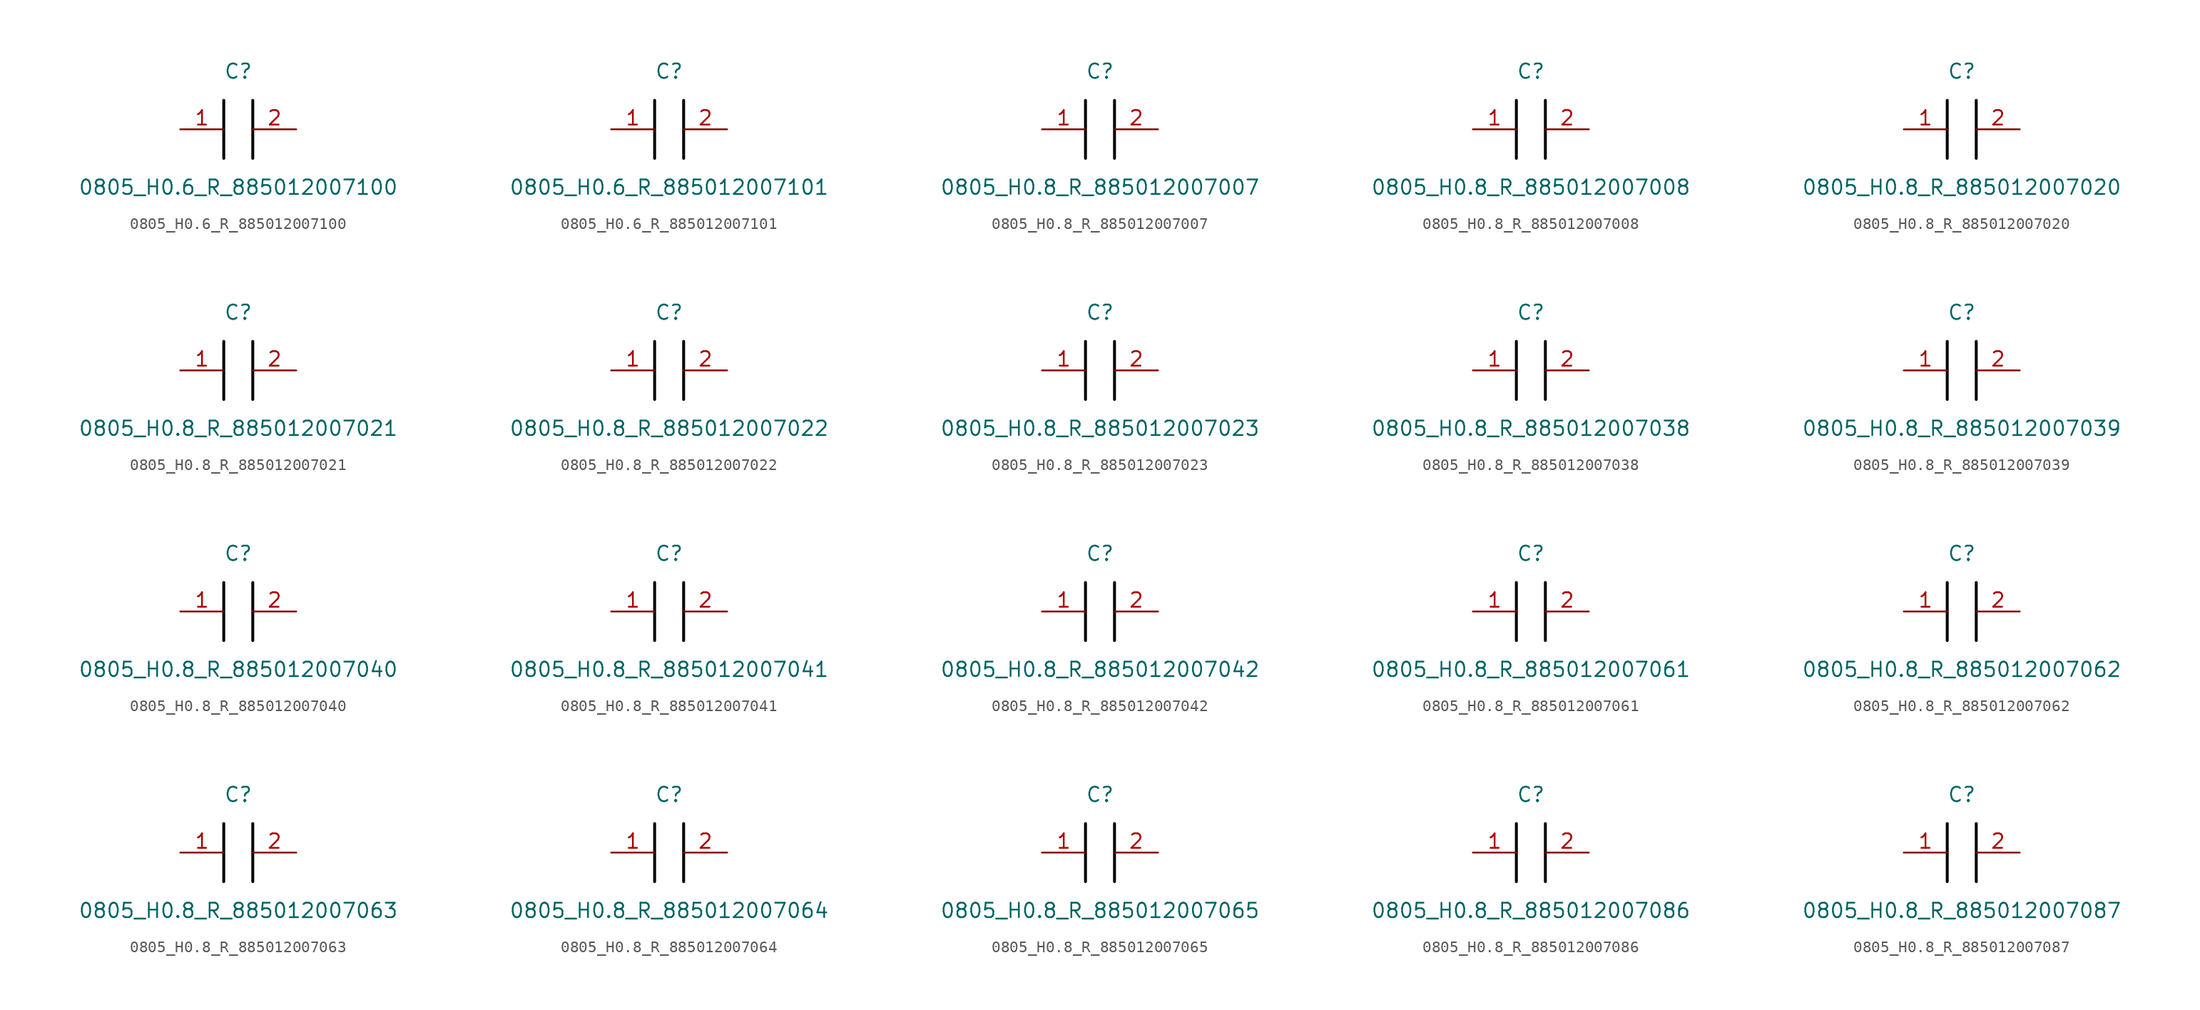
<source format=kicad_sym>
(kicad_symbol_lib
  (version 20220914)
  (generator kicad_symbol_editor)
  (symbol "0805_H0.6_R_885012007100"
    (pin_names hide)
    (property "Reference" "C"
      (at 0 5.08 0)
      (effects (font (size 1.27 1.27))))
    (property "Value" "0805_H0.6_R_885012007100"
      (at 0 -5.08 0)
      (effects (font (size 1.27 1.27))))
    (symbol "0805_H0.6_R_885012007100_1_1"
      (polyline (pts (xy -1.27 2.54) (xy -1.27 -2.54)) (stroke (width 0.254) (type default) (color 0 0 0 1)) (fill (type none)))
      (polyline (pts (xy 1.27 2.54) (xy 1.27 -2.54)) (stroke (width 0.254) (type default) (color 0 0 0 1)) (fill (type none)))
      (pin passive line (at -5.08 0 0) (length 3.81) (name "1" (effects (font (size 1.27 1.27)))) (number "1" (effects (font (size 1.27 1.27)))))
      (pin passive line (at 5.08 0 180) (length 3.81) (name "2" (effects (font (size 1.27 1.27)))) (number "2" (effects (font (size 1.27 1.27)))))))
  (symbol "0805_H0.6_R_885012007101"
    (pin_names hide)
    (property "Reference" "C"
      (at 0 5.08 0)
      (effects (font (size 1.27 1.27))))
    (property "Value" "0805_H0.6_R_885012007101"
      (at 0 -5.08 0)
      (effects (font (size 1.27 1.27))))
    (symbol "0805_H0.6_R_885012007101_1_1"
      (polyline (pts (xy -1.27 2.54) (xy -1.27 -2.54)) (stroke (width 0.254) (type default) (color 0 0 0 1)) (fill (type none)))
      (polyline (pts (xy 1.27 2.54) (xy 1.27 -2.54)) (stroke (width 0.254) (type default) (color 0 0 0 1)) (fill (type none)))
      (pin passive line (at -5.08 0 0) (length 3.81) (name "1" (effects (font (size 1.27 1.27)))) (number "1" (effects (font (size 1.27 1.27)))))
      (pin passive line (at 5.08 0 180) (length 3.81) (name "2" (effects (font (size 1.27 1.27)))) (number "2" (effects (font (size 1.27 1.27)))))))
  (symbol "0805_H0.8_R_885012007007"
    (pin_names hide)
    (property "Reference" "C"
      (at 0 5.08 0)
      (effects (font (size 1.27 1.27))))
    (property "Value" "0805_H0.8_R_885012007007"
      (at 0 -5.08 0)
      (effects (font (size 1.27 1.27))))
    (symbol "0805_H0.8_R_885012007007_1_1"
      (polyline (pts (xy -1.27 2.54) (xy -1.27 -2.54)) (stroke (width 0.254) (type default) (color 0 0 0 1)) (fill (type none)))
      (polyline (pts (xy 1.27 2.54) (xy 1.27 -2.54)) (stroke (width 0.254) (type default) (color 0 0 0 1)) (fill (type none)))
      (pin passive line (at -5.08 0 0) (length 3.81) (name "1" (effects (font (size 1.27 1.27)))) (number "1" (effects (font (size 1.27 1.27)))))
      (pin passive line (at 5.08 0 180) (length 3.81) (name "2" (effects (font (size 1.27 1.27)))) (number "2" (effects (font (size 1.27 1.27)))))))
  (symbol "0805_H0.8_R_885012007008"
    (pin_names hide)
    (property "Reference" "C"
      (at 0 5.08 0)
      (effects (font (size 1.27 1.27))))
    (property "Value" "0805_H0.8_R_885012007008"
      (at 0 -5.08 0)
      (effects (font (size 1.27 1.27))))
    (symbol "0805_H0.8_R_885012007008_1_1"
      (polyline (pts (xy -1.27 2.54) (xy -1.27 -2.54)) (stroke (width 0.254) (type default) (color 0 0 0 1)) (fill (type none)))
      (polyline (pts (xy 1.27 2.54) (xy 1.27 -2.54)) (stroke (width 0.254) (type default) (color 0 0 0 1)) (fill (type none)))
      (pin passive line (at -5.08 0 0) (length 3.81) (name "1" (effects (font (size 1.27 1.27)))) (number "1" (effects (font (size 1.27 1.27)))))
      (pin passive line (at 5.08 0 180) (length 3.81) (name "2" (effects (font (size 1.27 1.27)))) (number "2" (effects (font (size 1.27 1.27)))))))
  (symbol "0805_H0.8_R_885012007020"
    (pin_names hide)
    (property "Reference" "C"
      (at 0 5.08 0)
      (effects (font (size 1.27 1.27))))
    (property "Value" "0805_H0.8_R_885012007020"
      (at 0 -5.08 0)
      (effects (font (size 1.27 1.27))))
    (symbol "0805_H0.8_R_885012007020_1_1"
      (polyline (pts (xy -1.27 2.54) (xy -1.27 -2.54)) (stroke (width 0.254) (type default) (color 0 0 0 1)) (fill (type none)))
      (polyline (pts (xy 1.27 2.54) (xy 1.27 -2.54)) (stroke (width 0.254) (type default) (color 0 0 0 1)) (fill (type none)))
      (pin passive line (at -5.08 0 0) (length 3.81) (name "1" (effects (font (size 1.27 1.27)))) (number "1" (effects (font (size 1.27 1.27)))))
      (pin passive line (at 5.08 0 180) (length 3.81) (name "2" (effects (font (size 1.27 1.27)))) (number "2" (effects (font (size 1.27 1.27)))))))
  (symbol "0805_H0.8_R_885012007021"
    (pin_names hide)
    (property "Reference" "C"
      (at 0 5.08 0)
      (effects (font (size 1.27 1.27))))
    (property "Value" "0805_H0.8_R_885012007021"
      (at 0 -5.08 0)
      (effects (font (size 1.27 1.27))))
    (symbol "0805_H0.8_R_885012007021_1_1"
      (polyline (pts (xy -1.27 2.54) (xy -1.27 -2.54)) (stroke (width 0.254) (type default) (color 0 0 0 1)) (fill (type none)))
      (polyline (pts (xy 1.27 2.54) (xy 1.27 -2.54)) (stroke (width 0.254) (type default) (color 0 0 0 1)) (fill (type none)))
      (pin passive line (at -5.08 0 0) (length 3.81) (name "1" (effects (font (size 1.27 1.27)))) (number "1" (effects (font (size 1.27 1.27)))))
      (pin passive line (at 5.08 0 180) (length 3.81) (name "2" (effects (font (size 1.27 1.27)))) (number "2" (effects (font (size 1.27 1.27)))))))
  (symbol "0805_H0.8_R_885012007022"
    (pin_names hide)
    (property "Reference" "C"
      (at 0 5.08 0)
      (effects (font (size 1.27 1.27))))
    (property "Value" "0805_H0.8_R_885012007022"
      (at 0 -5.08 0)
      (effects (font (size 1.27 1.27))))
    (symbol "0805_H0.8_R_885012007022_1_1"
      (polyline (pts (xy -1.27 2.54) (xy -1.27 -2.54)) (stroke (width 0.254) (type default) (color 0 0 0 1)) (fill (type none)))
      (polyline (pts (xy 1.27 2.54) (xy 1.27 -2.54)) (stroke (width 0.254) (type default) (color 0 0 0 1)) (fill (type none)))
      (pin passive line (at -5.08 0 0) (length 3.81) (name "1" (effects (font (size 1.27 1.27)))) (number "1" (effects (font (size 1.27 1.27)))))
      (pin passive line (at 5.08 0 180) (length 3.81) (name "2" (effects (font (size 1.27 1.27)))) (number "2" (effects (font (size 1.27 1.27)))))))
  (symbol "0805_H0.8_R_885012007023"
    (pin_names hide)
    (property "Reference" "C"
      (at 0 5.08 0)
      (effects (font (size 1.27 1.27))))
    (property "Value" "0805_H0.8_R_885012007023"
      (at 0 -5.08 0)
      (effects (font (size 1.27 1.27))))
    (symbol "0805_H0.8_R_885012007023_1_1"
      (polyline (pts (xy -1.27 2.54) (xy -1.27 -2.54)) (stroke (width 0.254) (type default) (color 0 0 0 1)) (fill (type none)))
      (polyline (pts (xy 1.27 2.54) (xy 1.27 -2.54)) (stroke (width 0.254) (type default) (color 0 0 0 1)) (fill (type none)))
      (pin passive line (at -5.08 0 0) (length 3.81) (name "1" (effects (font (size 1.27 1.27)))) (number "1" (effects (font (size 1.27 1.27)))))
      (pin passive line (at 5.08 0 180) (length 3.81) (name "2" (effects (font (size 1.27 1.27)))) (number "2" (effects (font (size 1.27 1.27)))))))
  (symbol "0805_H0.8_R_885012007038"
    (pin_names hide)
    (property "Reference" "C"
      (at 0 5.08 0)
      (effects (font (size 1.27 1.27))))
    (property "Value" "0805_H0.8_R_885012007038"
      (at 0 -5.08 0)
      (effects (font (size 1.27 1.27))))
    (symbol "0805_H0.8_R_885012007038_1_1"
      (polyline (pts (xy -1.27 2.54) (xy -1.27 -2.54)) (stroke (width 0.254) (type default) (color 0 0 0 1)) (fill (type none)))
      (polyline (pts (xy 1.27 2.54) (xy 1.27 -2.54)) (stroke (width 0.254) (type default) (color 0 0 0 1)) (fill (type none)))
      (pin passive line (at -5.08 0 0) (length 3.81) (name "1" (effects (font (size 1.27 1.27)))) (number "1" (effects (font (size 1.27 1.27)))))
      (pin passive line (at 5.08 0 180) (length 3.81) (name "2" (effects (font (size 1.27 1.27)))) (number "2" (effects (font (size 1.27 1.27)))))))
  (symbol "0805_H0.8_R_885012007039"
    (pin_names hide)
    (property "Reference" "C"
      (at 0 5.08 0)
      (effects (font (size 1.27 1.27))))
    (property "Value" "0805_H0.8_R_885012007039"
      (at 0 -5.08 0)
      (effects (font (size 1.27 1.27))))
    (symbol "0805_H0.8_R_885012007039_1_1"
      (polyline (pts (xy -1.27 2.54) (xy -1.27 -2.54)) (stroke (width 0.254) (type default) (color 0 0 0 1)) (fill (type none)))
      (polyline (pts (xy 1.27 2.54) (xy 1.27 -2.54)) (stroke (width 0.254) (type default) (color 0 0 0 1)) (fill (type none)))
      (pin passive line (at -5.08 0 0) (length 3.81) (name "1" (effects (font (size 1.27 1.27)))) (number "1" (effects (font (size 1.27 1.27)))))
      (pin passive line (at 5.08 0 180) (length 3.81) (name "2" (effects (font (size 1.27 1.27)))) (number "2" (effects (font (size 1.27 1.27)))))))
  (symbol "0805_H0.8_R_885012007040"
    (pin_names hide)
    (property "Reference" "C"
      (at 0 5.08 0)
      (effects (font (size 1.27 1.27))))
    (property "Value" "0805_H0.8_R_885012007040"
      (at 0 -5.08 0)
      (effects (font (size 1.27 1.27))))
    (symbol "0805_H0.8_R_885012007040_1_1"
      (polyline (pts (xy -1.27 2.54) (xy -1.27 -2.54)) (stroke (width 0.254) (type default) (color 0 0 0 1)) (fill (type none)))
      (polyline (pts (xy 1.27 2.54) (xy 1.27 -2.54)) (stroke (width 0.254) (type default) (color 0 0 0 1)) (fill (type none)))
      (pin passive line (at -5.08 0 0) (length 3.81) (name "1" (effects (font (size 1.27 1.27)))) (number "1" (effects (font (size 1.27 1.27)))))
      (pin passive line (at 5.08 0 180) (length 3.81) (name "2" (effects (font (size 1.27 1.27)))) (number "2" (effects (font (size 1.27 1.27)))))))
  (symbol "0805_H0.8_R_885012007041"
    (pin_names hide)
    (property "Reference" "C"
      (at 0 5.08 0)
      (effects (font (size 1.27 1.27))))
    (property "Value" "0805_H0.8_R_885012007041"
      (at 0 -5.08 0)
      (effects (font (size 1.27 1.27))))
    (symbol "0805_H0.8_R_885012007041_1_1"
      (polyline (pts (xy -1.27 2.54) (xy -1.27 -2.54)) (stroke (width 0.254) (type default) (color 0 0 0 1)) (fill (type none)))
      (polyline (pts (xy 1.27 2.54) (xy 1.27 -2.54)) (stroke (width 0.254) (type default) (color 0 0 0 1)) (fill (type none)))
      (pin passive line (at -5.08 0 0) (length 3.81) (name "1" (effects (font (size 1.27 1.27)))) (number "1" (effects (font (size 1.27 1.27)))))
      (pin passive line (at 5.08 0 180) (length 3.81) (name "2" (effects (font (size 1.27 1.27)))) (number "2" (effects (font (size 1.27 1.27)))))))
  (symbol "0805_H0.8_R_885012007042"
    (pin_names hide)
    (property "Reference" "C"
      (at 0 5.08 0)
      (effects (font (size 1.27 1.27))))
    (property "Value" "0805_H0.8_R_885012007042"
      (at 0 -5.08 0)
      (effects (font (size 1.27 1.27))))
    (symbol "0805_H0.8_R_885012007042_1_1"
      (polyline (pts (xy -1.27 2.54) (xy -1.27 -2.54)) (stroke (width 0.254) (type default) (color 0 0 0 1)) (fill (type none)))
      (polyline (pts (xy 1.27 2.54) (xy 1.27 -2.54)) (stroke (width 0.254) (type default) (color 0 0 0 1)) (fill (type none)))
      (pin passive line (at -5.08 0 0) (length 3.81) (name "1" (effects (font (size 1.27 1.27)))) (number "1" (effects (font (size 1.27 1.27)))))
      (pin passive line (at 5.08 0 180) (length 3.81) (name "2" (effects (font (size 1.27 1.27)))) (number "2" (effects (font (size 1.27 1.27)))))))
  (symbol "0805_H0.8_R_885012007061"
    (pin_names hide)
    (property "Reference" "C"
      (at 0 5.08 0)
      (effects (font (size 1.27 1.27))))
    (property "Value" "0805_H0.8_R_885012007061"
      (at 0 -5.08 0)
      (effects (font (size 1.27 1.27))))
    (symbol "0805_H0.8_R_885012007061_1_1"
      (polyline (pts (xy -1.27 2.54) (xy -1.27 -2.54)) (stroke (width 0.254) (type default) (color 0 0 0 1)) (fill (type none)))
      (polyline (pts (xy 1.27 2.54) (xy 1.27 -2.54)) (stroke (width 0.254) (type default) (color 0 0 0 1)) (fill (type none)))
      (pin passive line (at -5.08 0 0) (length 3.81) (name "1" (effects (font (size 1.27 1.27)))) (number "1" (effects (font (size 1.27 1.27)))))
      (pin passive line (at 5.08 0 180) (length 3.81) (name "2" (effects (font (size 1.27 1.27)))) (number "2" (effects (font (size 1.27 1.27)))))))
  (symbol "0805_H0.8_R_885012007062"
    (pin_names hide)
    (property "Reference" "C"
      (at 0 5.08 0)
      (effects (font (size 1.27 1.27))))
    (property "Value" "0805_H0.8_R_885012007062"
      (at 0 -5.08 0)
      (effects (font (size 1.27 1.27))))
    (symbol "0805_H0.8_R_885012007062_1_1"
      (polyline (pts (xy -1.27 2.54) (xy -1.27 -2.54)) (stroke (width 0.254) (type default) (color 0 0 0 1)) (fill (type none)))
      (polyline (pts (xy 1.27 2.54) (xy 1.27 -2.54)) (stroke (width 0.254) (type default) (color 0 0 0 1)) (fill (type none)))
      (pin passive line (at -5.08 0 0) (length 3.81) (name "1" (effects (font (size 1.27 1.27)))) (number "1" (effects (font (size 1.27 1.27)))))
      (pin passive line (at 5.08 0 180) (length 3.81) (name "2" (effects (font (size 1.27 1.27)))) (number "2" (effects (font (size 1.27 1.27)))))))
  (symbol "0805_H0.8_R_885012007063"
    (pin_names hide)
    (property "Reference" "C"
      (at 0 5.08 0)
      (effects (font (size 1.27 1.27))))
    (property "Value" "0805_H0.8_R_885012007063"
      (at 0 -5.08 0)
      (effects (font (size 1.27 1.27))))
    (symbol "0805_H0.8_R_885012007063_1_1"
      (polyline (pts (xy -1.27 2.54) (xy -1.27 -2.54)) (stroke (width 0.254) (type default) (color 0 0 0 1)) (fill (type none)))
      (polyline (pts (xy 1.27 2.54) (xy 1.27 -2.54)) (stroke (width 0.254) (type default) (color 0 0 0 1)) (fill (type none)))
      (pin passive line (at -5.08 0 0) (length 3.81) (name "1" (effects (font (size 1.27 1.27)))) (number "1" (effects (font (size 1.27 1.27)))))
      (pin passive line (at 5.08 0 180) (length 3.81) (name "2" (effects (font (size 1.27 1.27)))) (number "2" (effects (font (size 1.27 1.27)))))))
  (symbol "0805_H0.8_R_885012007064"
    (pin_names hide)
    (property "Reference" "C"
      (at 0 5.08 0)
      (effects (font (size 1.27 1.27))))
    (property "Value" "0805_H0.8_R_885012007064"
      (at 0 -5.08 0)
      (effects (font (size 1.27 1.27))))
    (symbol "0805_H0.8_R_885012007064_1_1"
      (polyline (pts (xy -1.27 2.54) (xy -1.27 -2.54)) (stroke (width 0.254) (type default) (color 0 0 0 1)) (fill (type none)))
      (polyline (pts (xy 1.27 2.54) (xy 1.27 -2.54)) (stroke (width 0.254) (type default) (color 0 0 0 1)) (fill (type none)))
      (pin passive line (at -5.08 0 0) (length 3.81) (name "1" (effects (font (size 1.27 1.27)))) (number "1" (effects (font (size 1.27 1.27)))))
      (pin passive line (at 5.08 0 180) (length 3.81) (name "2" (effects (font (size 1.27 1.27)))) (number "2" (effects (font (size 1.27 1.27)))))))
  (symbol "0805_H0.8_R_885012007065"
    (pin_names hide)
    (property "Reference" "C"
      (at 0 5.08 0)
      (effects (font (size 1.27 1.27))))
    (property "Value" "0805_H0.8_R_885012007065"
      (at 0 -5.08 0)
      (effects (font (size 1.27 1.27))))
    (symbol "0805_H0.8_R_885012007065_1_1"
      (polyline (pts (xy -1.27 2.54) (xy -1.27 -2.54)) (stroke (width 0.254) (type default) (color 0 0 0 1)) (fill (type none)))
      (polyline (pts (xy 1.27 2.54) (xy 1.27 -2.54)) (stroke (width 0.254) (type default) (color 0 0 0 1)) (fill (type none)))
      (pin passive line (at -5.08 0 0) (length 3.81) (name "1" (effects (font (size 1.27 1.27)))) (number "1" (effects (font (size 1.27 1.27)))))
      (pin passive line (at 5.08 0 180) (length 3.81) (name "2" (effects (font (size 1.27 1.27)))) (number "2" (effects (font (size 1.27 1.27)))))))
  (symbol "0805_H0.8_R_885012007086"
    (pin_names hide)
    (property "Reference" "C"
      (at 0 5.08 0)
      (effects (font (size 1.27 1.27))))
    (property "Value" "0805_H0.8_R_885012007086"
      (at 0 -5.08 0)
      (effects (font (size 1.27 1.27))))
    (symbol "0805_H0.8_R_885012007086_1_1"
      (polyline (pts (xy -1.27 2.54) (xy -1.27 -2.54)) (stroke (width 0.254) (type default) (color 0 0 0 1)) (fill (type none)))
      (polyline (pts (xy 1.27 2.54) (xy 1.27 -2.54)) (stroke (width 0.254) (type default) (color 0 0 0 1)) (fill (type none)))
      (pin passive line (at -5.08 0 0) (length 3.81) (name "1" (effects (font (size 1.27 1.27)))) (number "1" (effects (font (size 1.27 1.27)))))
      (pin passive line (at 5.08 0 180) (length 3.81) (name "2" (effects (font (size 1.27 1.27)))) (number "2" (effects (font (size 1.27 1.27)))))))
  (symbol "0805_H0.8_R_885012007087"
    (pin_names hide)
    (property "Reference" "C"
      (at 0 5.08 0)
      (effects (font (size 1.27 1.27))))
    (property "Value" "0805_H0.8_R_885012007087"
      (at 0 -5.08 0)
      (effects (font (size 1.27 1.27))))
    (symbol "0805_H0.8_R_885012007087_1_1"
      (polyline (pts (xy -1.27 2.54) (xy -1.27 -2.54)) (stroke (width 0.254) (type default) (color 0 0 0 1)) (fill (type none)))
      (polyline (pts (xy 1.27 2.54) (xy 1.27 -2.54)) (stroke (width 0.254) (type default) (color 0 0 0 1)) (fill (type none)))
      (pin passive line (at -5.08 0 0) (length 3.81) (name "1" (effects (font (size 1.27 1.27)))) (number "1" (effects (font (size 1.27 1.27)))))
      (pin passive line (at 5.08 0 180) (length 3.81) (name "2" (effects (font (size 1.27 1.27)))) (number "2" (effects (font (size 1.27 1.27))))))))
</source>
